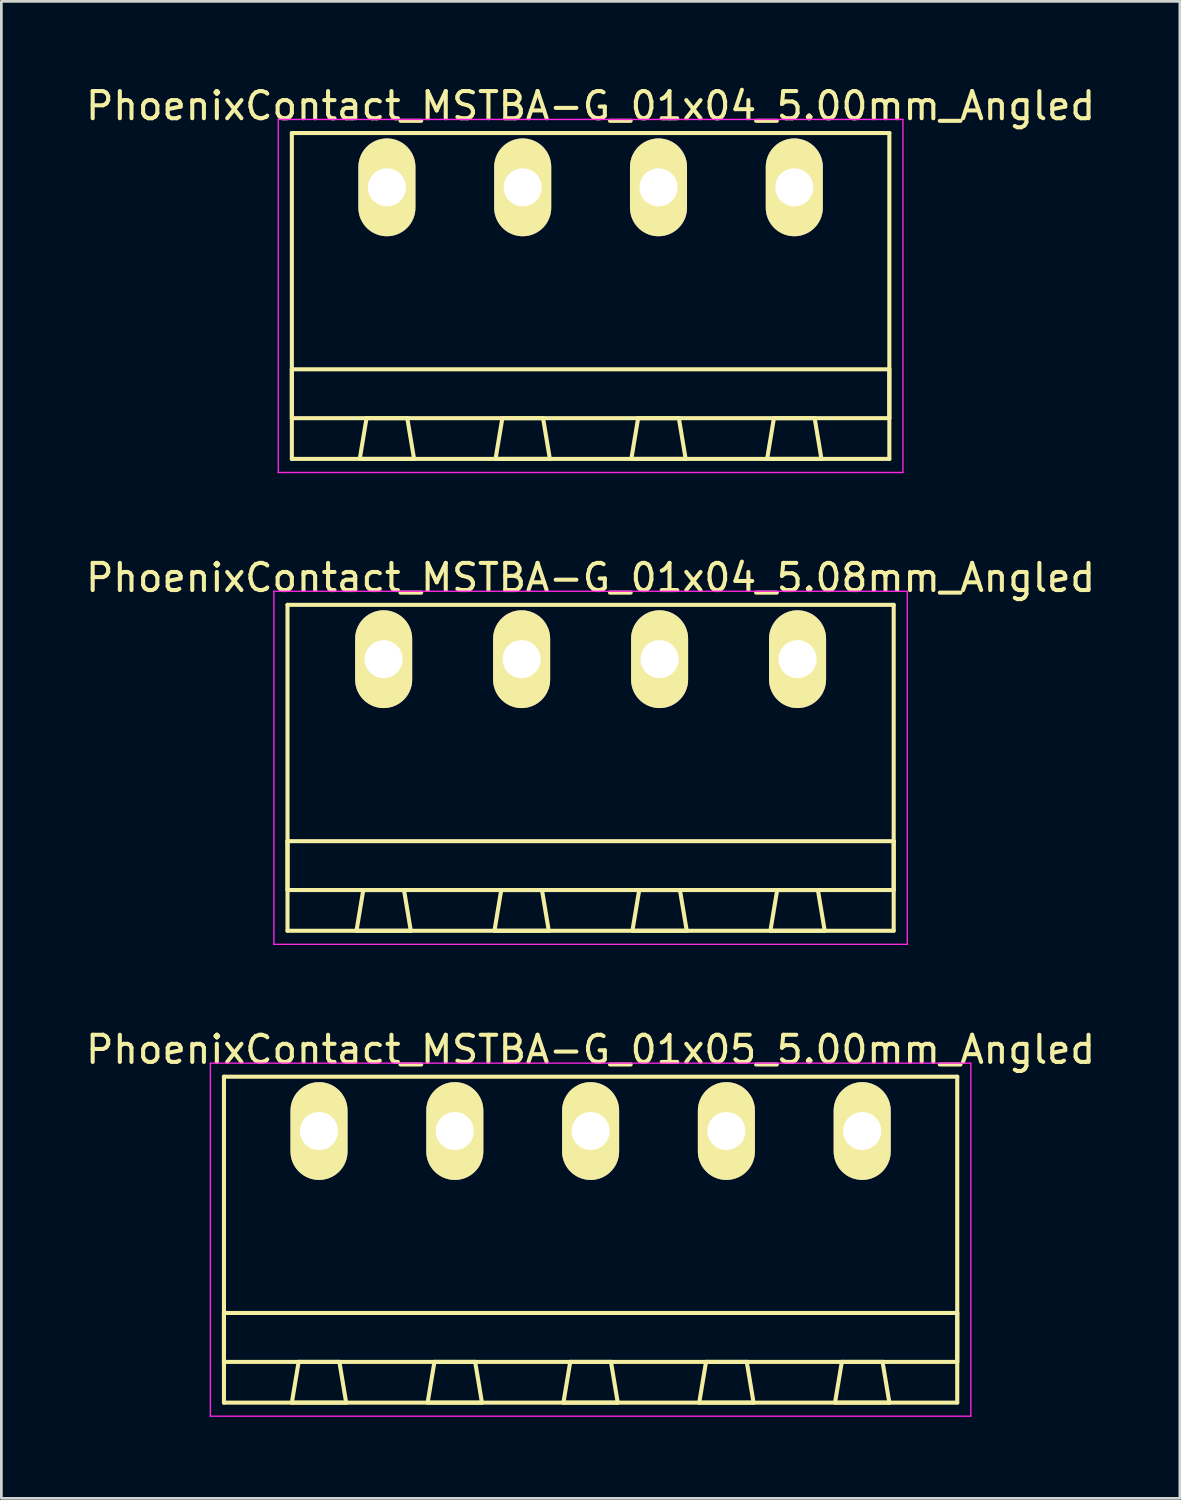
<source format=kicad_pcb>
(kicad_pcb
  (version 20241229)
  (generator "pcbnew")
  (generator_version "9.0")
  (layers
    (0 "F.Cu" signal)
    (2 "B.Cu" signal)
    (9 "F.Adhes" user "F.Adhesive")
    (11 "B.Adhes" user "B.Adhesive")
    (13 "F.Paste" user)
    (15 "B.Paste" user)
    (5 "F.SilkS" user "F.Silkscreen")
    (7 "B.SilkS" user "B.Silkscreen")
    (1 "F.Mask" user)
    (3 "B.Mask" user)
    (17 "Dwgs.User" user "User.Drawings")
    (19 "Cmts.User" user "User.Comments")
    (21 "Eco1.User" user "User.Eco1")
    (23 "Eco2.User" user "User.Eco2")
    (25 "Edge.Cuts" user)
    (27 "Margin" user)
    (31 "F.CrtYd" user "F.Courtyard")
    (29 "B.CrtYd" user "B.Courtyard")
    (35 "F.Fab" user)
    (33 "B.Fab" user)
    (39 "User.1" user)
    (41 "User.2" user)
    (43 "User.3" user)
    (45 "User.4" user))
  (footprint "PhoenixContact_MSTBA-G_01x04_5.00mm_Angled"
    (layer "F.Cu")
    (at 11.196 3.848)
    (property "Reference" "PhoenixContact_MSTBA-G_01x04_5.00mm_Angled" (at 7.5 -3 0) (layer "F.SilkS") (effects (font (size 1 1) (thickness 0.15))))
    (attr through_hole)
    (fp_line (start -3.5 -2) (end -3.5 10) (stroke (width 0.15) (type solid)) (layer "F.SilkS"))
    (fp_line (start -3.5 6.7) (end 18.5 6.7) (stroke (width 0.15) (type solid)) (layer "F.SilkS"))
    (fp_line (start -3.5 8.5) (end -3.5 6.7) (stroke (width 0.15) (type solid)) (layer "F.SilkS"))
    (fp_line (start -3.5 10) (end 18.5 10) (stroke (width 0.15) (type solid)) (layer "F.SilkS"))
    (fp_line (start -1 10) (end 1 10) (stroke (width 0.15) (type solid)) (layer "F.SilkS"))
    (fp_line (start -0.75 8.5) (end -1 10) (stroke (width 0.15) (type solid)) (layer "F.SilkS"))
    (fp_line (start 0.75 8.5) (end -0.75 8.5) (stroke (width 0.15) (type solid)) (layer "F.SilkS"))
    (fp_line (start 1 10) (end 0.75 8.5) (stroke (width 0.15) (type solid)) (layer "F.SilkS"))
    (fp_line (start 4 10) (end 6 10) (stroke (width 0.15) (type solid)) (layer "F.SilkS"))
    (fp_line (start 4.25 8.5) (end 4 10) (stroke (width 0.15) (type solid)) (layer "F.SilkS"))
    (fp_line (start 5.75 8.5) (end 4.25 8.5) (stroke (width 0.15) (type solid)) (layer "F.SilkS"))
    (fp_line (start 6 10) (end 5.75 8.5) (stroke (width 0.15) (type solid)) (layer "F.SilkS"))
    (fp_line (start 9 10) (end 11 10) (stroke (width 0.15) (type solid)) (layer "F.SilkS"))
    (fp_line (start 9.25 8.5) (end 9 10) (stroke (width 0.15) (type solid)) (layer "F.SilkS"))
    (fp_line (start 10.75 8.5) (end 9.25 8.5) (stroke (width 0.15) (type solid)) (layer "F.SilkS"))
    (fp_line (start 11 10) (end 10.75 8.5) (stroke (width 0.15) (type solid)) (layer "F.SilkS"))
    (fp_line (start 14 10) (end 16 10) (stroke (width 0.15) (type solid)) (layer "F.SilkS"))
    (fp_line (start 14.25 8.5) (end 14 10) (stroke (width 0.15) (type solid)) (layer "F.SilkS"))
    (fp_line (start 15.75 8.5) (end 14.25 8.5) (stroke (width 0.15) (type solid)) (layer "F.SilkS"))
    (fp_line (start 16 10) (end 15.75 8.5) (stroke (width 0.15) (type solid)) (layer "F.SilkS"))
    (fp_line (start 18.5 -2) (end -3.5 -2) (stroke (width 0.15) (type solid)) (layer "F.SilkS"))
    (fp_line (start 18.5 6.7) (end 18.5 8.5) (stroke (width 0.15) (type solid)) (layer "F.SilkS"))
    (fp_line (start 18.5 8.5) (end -3.5 8.5) (stroke (width 0.15) (type solid)) (layer "F.SilkS"))
    (fp_line (start 18.5 10) (end 18.5 -2) (stroke (width 0.15) (type solid)) (layer "F.SilkS"))
    (fp_line (start -4 -2.5) (end -4 10.5) (stroke (width 0.05) (type solid)) (layer "F.CrtYd"))
    (fp_line (start -4 10.5) (end 19 10.5) (stroke (width 0.05) (type solid)) (layer "F.CrtYd"))
    (fp_line (start 19 -2.5) (end -4 -2.5) (stroke (width 0.05) (type solid)) (layer "F.CrtYd"))
    (fp_line (start 19 10.5) (end 19 -2.5) (stroke (width 0.05) (type solid)) (layer "F.CrtYd"))
    (pad "1" thru_hole oval (at 0 0) (size 2.1 3.6) (drill 1.4) (layers "*.Cu" "*.Mask" "F.SilkS"))
    (pad "2" thru_hole oval (at 5 0) (size 2.1 3.6) (drill 1.4) (layers "*.Cu" "*.Mask" "F.SilkS"))
    (pad "3" thru_hole oval (at 10 0) (size 2.1 3.6) (drill 1.4) (layers "*.Cu" "*.Mask" "F.SilkS"))
    (pad "4" thru_hole oval (at 15 0) (size 2.1 3.6) (drill 1.4) (layers "*.Cu" "*.Mask" "F.SilkS")))
  (footprint "PhoenixContact_MSTBA-G_01x05_5.00mm_Angled"
    (layer "F.Cu")
    (at 8.696 38.595)
    (property "Reference" "PhoenixContact_MSTBA-G_01x05_5.00mm_Angled" (at 10 -3 0) (layer "F.SilkS") (effects (font (size 1 1) (thickness 0.15))))
    (attr through_hole)
    (fp_line (start -3.5 -2) (end -3.5 10) (stroke (width 0.15) (type solid)) (layer "F.SilkS"))
    (fp_line (start -3.5 6.7) (end 23.5 6.7) (stroke (width 0.15) (type solid)) (layer "F.SilkS"))
    (fp_line (start -3.5 8.5) (end -3.5 6.7) (stroke (width 0.15) (type solid)) (layer "F.SilkS"))
    (fp_line (start -3.5 10) (end 23.5 10) (stroke (width 0.15) (type solid)) (layer "F.SilkS"))
    (fp_line (start -1 10) (end 1 10) (stroke (width 0.15) (type solid)) (layer "F.SilkS"))
    (fp_line (start -0.75 8.5) (end -1 10) (stroke (width 0.15) (type solid)) (layer "F.SilkS"))
    (fp_line (start 0.75 8.5) (end -0.75 8.5) (stroke (width 0.15) (type solid)) (layer "F.SilkS"))
    (fp_line (start 1 10) (end 0.75 8.5) (stroke (width 0.15) (type solid)) (layer "F.SilkS"))
    (fp_line (start 4 10) (end 6 10) (stroke (width 0.15) (type solid)) (layer "F.SilkS"))
    (fp_line (start 4.25 8.5) (end 4 10) (stroke (width 0.15) (type solid)) (layer "F.SilkS"))
    (fp_line (start 5.75 8.5) (end 4.25 8.5) (stroke (width 0.15) (type solid)) (layer "F.SilkS"))
    (fp_line (start 6 10) (end 5.75 8.5) (stroke (width 0.15) (type solid)) (layer "F.SilkS"))
    (fp_line (start 9 10) (end 11 10) (stroke (width 0.15) (type solid)) (layer "F.SilkS"))
    (fp_line (start 9.25 8.5) (end 9 10) (stroke (width 0.15) (type solid)) (layer "F.SilkS"))
    (fp_line (start 10.75 8.5) (end 9.25 8.5) (stroke (width 0.15) (type solid)) (layer "F.SilkS"))
    (fp_line (start 11 10) (end 10.75 8.5) (stroke (width 0.15) (type solid)) (layer "F.SilkS"))
    (fp_line (start 14 10) (end 16 10) (stroke (width 0.15) (type solid)) (layer "F.SilkS"))
    (fp_line (start 14.25 8.5) (end 14 10) (stroke (width 0.15) (type solid)) (layer "F.SilkS"))
    (fp_line (start 15.75 8.5) (end 14.25 8.5) (stroke (width 0.15) (type solid)) (layer "F.SilkS"))
    (fp_line (start 16 10) (end 15.75 8.5) (stroke (width 0.15) (type solid)) (layer "F.SilkS"))
    (fp_line (start 19 10) (end 21 10) (stroke (width 0.15) (type solid)) (layer "F.SilkS"))
    (fp_line (start 19.25 8.5) (end 19 10) (stroke (width 0.15) (type solid)) (layer "F.SilkS"))
    (fp_line (start 20.75 8.5) (end 19.25 8.5) (stroke (width 0.15) (type solid)) (layer "F.SilkS"))
    (fp_line (start 21 10) (end 20.75 8.5) (stroke (width 0.15) (type solid)) (layer "F.SilkS"))
    (fp_line (start 23.5 -2) (end -3.5 -2) (stroke (width 0.15) (type solid)) (layer "F.SilkS"))
    (fp_line (start 23.5 6.7) (end 23.5 8.5) (stroke (width 0.15) (type solid)) (layer "F.SilkS"))
    (fp_line (start 23.5 8.5) (end -3.5 8.5) (stroke (width 0.15) (type solid)) (layer "F.SilkS"))
    (fp_line (start 23.5 10) (end 23.5 -2) (stroke (width 0.15) (type solid)) (layer "F.SilkS"))
    (fp_line (start -4 -2.5) (end -4 10.5) (stroke (width 0.05) (type solid)) (layer "F.CrtYd"))
    (fp_line (start -4 10.5) (end 24 10.5) (stroke (width 0.05) (type solid)) (layer "F.CrtYd"))
    (fp_line (start 24 -2.5) (end -4 -2.5) (stroke (width 0.05) (type solid)) (layer "F.CrtYd"))
    (fp_line (start 24 10.5) (end 24 -2.5) (stroke (width 0.05) (type solid)) (layer "F.CrtYd"))
    (pad "1" thru_hole oval (at 0 0) (size 2.1 3.6) (drill 1.4) (layers "*.Cu" "*.Mask" "F.SilkS"))
    (pad "2" thru_hole oval (at 5 0) (size 2.1 3.6) (drill 1.4) (layers "*.Cu" "*.Mask" "F.SilkS"))
    (pad "3" thru_hole oval (at 10 0) (size 2.1 3.6) (drill 1.4) (layers "*.Cu" "*.Mask" "F.SilkS"))
    (pad "4" thru_hole oval (at 15 0) (size 2.1 3.6) (drill 1.4) (layers "*.Cu" "*.Mask" "F.SilkS"))
    (pad "5" thru_hole oval (at 20 0) (size 2.1 3.6) (drill 1.4) (layers "*.Cu" "*.Mask" "F.SilkS")))
  (footprint "PhoenixContact_MSTBA-G_01x04_5.08mm_Angled"
    (layer "F.Cu")
    (at 11.076 21.221)
    (property "Reference" "PhoenixContact_MSTBA-G_01x04_5.08mm_Angled" (at 7.62 -3 0) (layer "F.SilkS") (effects (font (size 1 1) (thickness 0.15))))
    (attr through_hole)
    (fp_line (start -3.54 -2) (end -3.54 10) (stroke (width 0.15) (type solid)) (layer "F.SilkS"))
    (fp_line (start -3.54 6.7) (end 18.78 6.7) (stroke (width 0.15) (type solid)) (layer "F.SilkS"))
    (fp_line (start -3.54 8.5) (end -3.54 6.7) (stroke (width 0.15) (type solid)) (layer "F.SilkS"))
    (fp_line (start -3.54 10) (end 18.78 10) (stroke (width 0.15) (type solid)) (layer "F.SilkS"))
    (fp_line (start -1 10) (end 1 10) (stroke (width 0.15) (type solid)) (layer "F.SilkS"))
    (fp_line (start -0.75 8.5) (end -1 10) (stroke (width 0.15) (type solid)) (layer "F.SilkS"))
    (fp_line (start 0.75 8.5) (end -0.75 8.5) (stroke (width 0.15) (type solid)) (layer "F.SilkS"))
    (fp_line (start 1 10) (end 0.75 8.5) (stroke (width 0.15) (type solid)) (layer "F.SilkS"))
    (fp_line (start 4.08 10) (end 6.08 10) (stroke (width 0.15) (type solid)) (layer "F.SilkS"))
    (fp_line (start 4.33 8.5) (end 4.08 10) (stroke (width 0.15) (type solid)) (layer "F.SilkS"))
    (fp_line (start 5.83 8.5) (end 4.33 8.5) (stroke (width 0.15) (type solid)) (layer "F.SilkS"))
    (fp_line (start 6.08 10) (end 5.83 8.5) (stroke (width 0.15) (type solid)) (layer "F.SilkS"))
    (fp_line (start 9.16 10) (end 11.16 10) (stroke (width 0.15) (type solid)) (layer "F.SilkS"))
    (fp_line (start 9.41 8.5) (end 9.16 10) (stroke (width 0.15) (type solid)) (layer "F.SilkS"))
    (fp_line (start 10.91 8.5) (end 9.41 8.5) (stroke (width 0.15) (type solid)) (layer "F.SilkS"))
    (fp_line (start 11.16 10) (end 10.91 8.5) (stroke (width 0.15) (type solid)) (layer "F.SilkS"))
    (fp_line (start 14.24 10) (end 16.24 10) (stroke (width 0.15) (type solid)) (layer "F.SilkS"))
    (fp_line (start 14.49 8.5) (end 14.24 10) (stroke (width 0.15) (type solid)) (layer "F.SilkS"))
    (fp_line (start 15.99 8.5) (end 14.49 8.5) (stroke (width 0.15) (type solid)) (layer "F.SilkS"))
    (fp_line (start 16.24 10) (end 15.99 8.5) (stroke (width 0.15) (type solid)) (layer "F.SilkS"))
    (fp_line (start 18.78 -2) (end -3.54 -2) (stroke (width 0.15) (type solid)) (layer "F.SilkS"))
    (fp_line (start 18.78 6.7) (end 18.78 8.5) (stroke (width 0.15) (type solid)) (layer "F.SilkS"))
    (fp_line (start 18.78 8.5) (end -3.54 8.5) (stroke (width 0.15) (type solid)) (layer "F.SilkS"))
    (fp_line (start 18.78 10) (end 18.78 -2) (stroke (width 0.15) (type solid)) (layer "F.SilkS"))
    (fp_line (start -4.04 -2.5) (end -4.04 10.5) (stroke (width 0.05) (type solid)) (layer "F.CrtYd"))
    (fp_line (start -4.04 10.5) (end 19.28 10.5) (stroke (width 0.05) (type solid)) (layer "F.CrtYd"))
    (fp_line (start 19.28 -2.5) (end -4.04 -2.5) (stroke (width 0.05) (type solid)) (layer "F.CrtYd"))
    (fp_line (start 19.28 10.5) (end 19.28 -2.5) (stroke (width 0.05) (type solid)) (layer "F.CrtYd"))
    (pad "1" thru_hole oval (at 0 0) (size 2.1 3.6) (drill 1.4) (layers "*.Cu" "*.Mask" "F.SilkS"))
    (pad "2" thru_hole oval (at 5.08 0) (size 2.1 3.6) (drill 1.4) (layers "*.Cu" "*.Mask" "F.SilkS"))
    (pad "3" thru_hole oval (at 10.16 0) (size 2.1 3.6) (drill 1.4) (layers "*.Cu" "*.Mask" "F.SilkS"))
    (pad "4" thru_hole oval (at 15.24 0) (size 2.1 3.6) (drill 1.4) (layers "*.Cu" "*.Mask" "F.SilkS")))
  (gr_rect
    (start -3 -3)
    (end 40.393 52.12)
    (stroke (width 0.1) (type default))
    (fill no)
    (layer "Edge.Cuts")))
</source>
